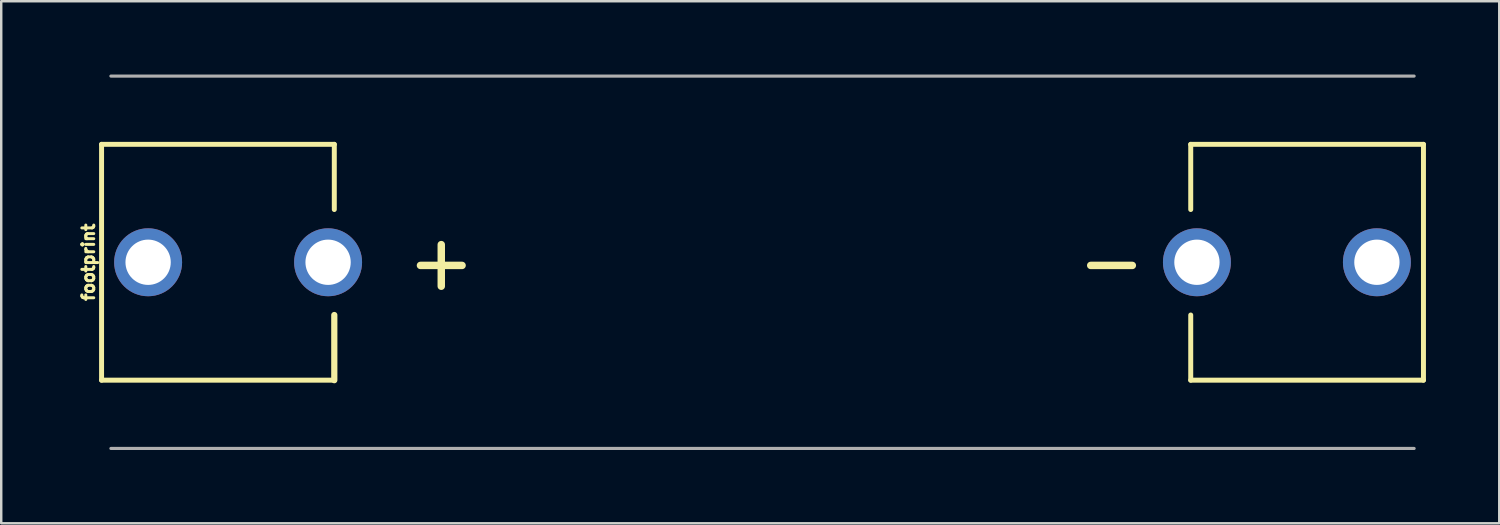
<source format=kicad_pcb>
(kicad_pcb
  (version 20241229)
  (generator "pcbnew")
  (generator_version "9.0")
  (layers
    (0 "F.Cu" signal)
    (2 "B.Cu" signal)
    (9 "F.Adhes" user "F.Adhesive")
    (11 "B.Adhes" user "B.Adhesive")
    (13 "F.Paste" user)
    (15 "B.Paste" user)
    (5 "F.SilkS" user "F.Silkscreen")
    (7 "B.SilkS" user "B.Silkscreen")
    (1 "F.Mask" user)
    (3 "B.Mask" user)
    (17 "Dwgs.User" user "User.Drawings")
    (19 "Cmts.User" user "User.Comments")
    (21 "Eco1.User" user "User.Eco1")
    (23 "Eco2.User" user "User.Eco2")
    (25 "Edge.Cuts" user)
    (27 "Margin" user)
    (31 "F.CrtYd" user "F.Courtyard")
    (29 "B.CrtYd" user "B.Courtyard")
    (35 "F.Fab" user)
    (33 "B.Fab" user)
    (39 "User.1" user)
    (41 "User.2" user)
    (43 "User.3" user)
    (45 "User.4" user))
  (footprint "footprint"
    (layer "F.Cu")
    (at 28.158 7.684)
    (property "Reference" "footprint" (at -27.305 0 90) (layer "F.SilkS") (effects (font (size 0.488 0.488) (thickness 0.122)) (justify bottom)))
    (fp_line (start -27.051 -4.826) (end -17.526 -4.826) (stroke (width 0.203) (type solid)) (layer "F.SilkS"))
    (fp_line (start -27.051 4.826) (end -27.051 -4.826) (stroke (width 0.203) (type solid)) (layer "F.SilkS"))
    (fp_line (start -17.526 -4.826) (end -17.526 -2.159) (stroke (width 0.203) (type solid)) (layer "F.SilkS"))
    (fp_line (start -17.526 2.159) (end -17.526 4.826) (stroke (width 0.254) (type solid)) (layer "F.SilkS"))
    (fp_line (start -17.526 4.826) (end -27.051 4.826) (stroke (width 0.203) (type solid)) (layer "F.SilkS"))
    (fp_line (start 17.526 -4.826) (end 17.526 -2.159) (stroke (width 0.203) (type solid)) (layer "F.SilkS"))
    (fp_line (start 17.526 2.159) (end 17.526 4.826) (stroke (width 0.203) (type solid)) (layer "F.SilkS"))
    (fp_line (start 17.526 4.826) (end 27.051 4.826) (stroke (width 0.203) (type solid)) (layer "F.SilkS"))
    (fp_line (start 27.051 -4.826) (end 17.526 -4.826) (stroke (width 0.203) (type solid)) (layer "F.SilkS"))
    (fp_line (start 27.051 4.826) (end 27.051 -4.826) (stroke (width 0.203) (type solid)) (layer "F.SilkS"))
    (fp_line (start -26.67 -7.62) (end 26.67 -7.62) (stroke (width 0.127) (type solid)) (layer "F.Fab"))
    (fp_line (start 26.67 7.62) (end -26.67 7.62) (stroke (width 0.127) (type solid)) (layer "F.Fab"))
    (fp_text user "+" (at -14.732 1.27 0) (layer "F.SilkS") (effects (font (size 2.235 2.235) (thickness 0.305)) (justify left bottom)))
    (fp_text user "-" (at 12.7 1.27 0) (layer "F.SilkS") (effects (font (size 2.235 2.235) (thickness 0.305)) (justify left bottom)))
    (pad "GND@1" thru_hole circle (at 25.146 0) (size 2.781 2.781) (drill 1.854) (layers "*.Cu" "*.Mask"))
    (pad "GND@2" thru_hole circle (at 17.78 0) (size 2.781 2.781) (drill 1.854) (layers "*.Cu" "*.Mask"))
    (pad "PWR@1" thru_hole circle (at -25.146 0) (size 2.781 2.781) (drill 1.854) (layers "*.Cu" "*.Mask"))
    (pad "PWR@2" thru_hole circle (at -17.78 0 90) (size 2.781 2.781) (drill 1.854) (layers "*.Cu" "*.Mask")))
  (gr_rect
    (start -3 -3)
    (end 58.311 18.367)
    (stroke (width 0.1) (type default))
    (fill no)
    (layer "Edge.Cuts")))
</source>
